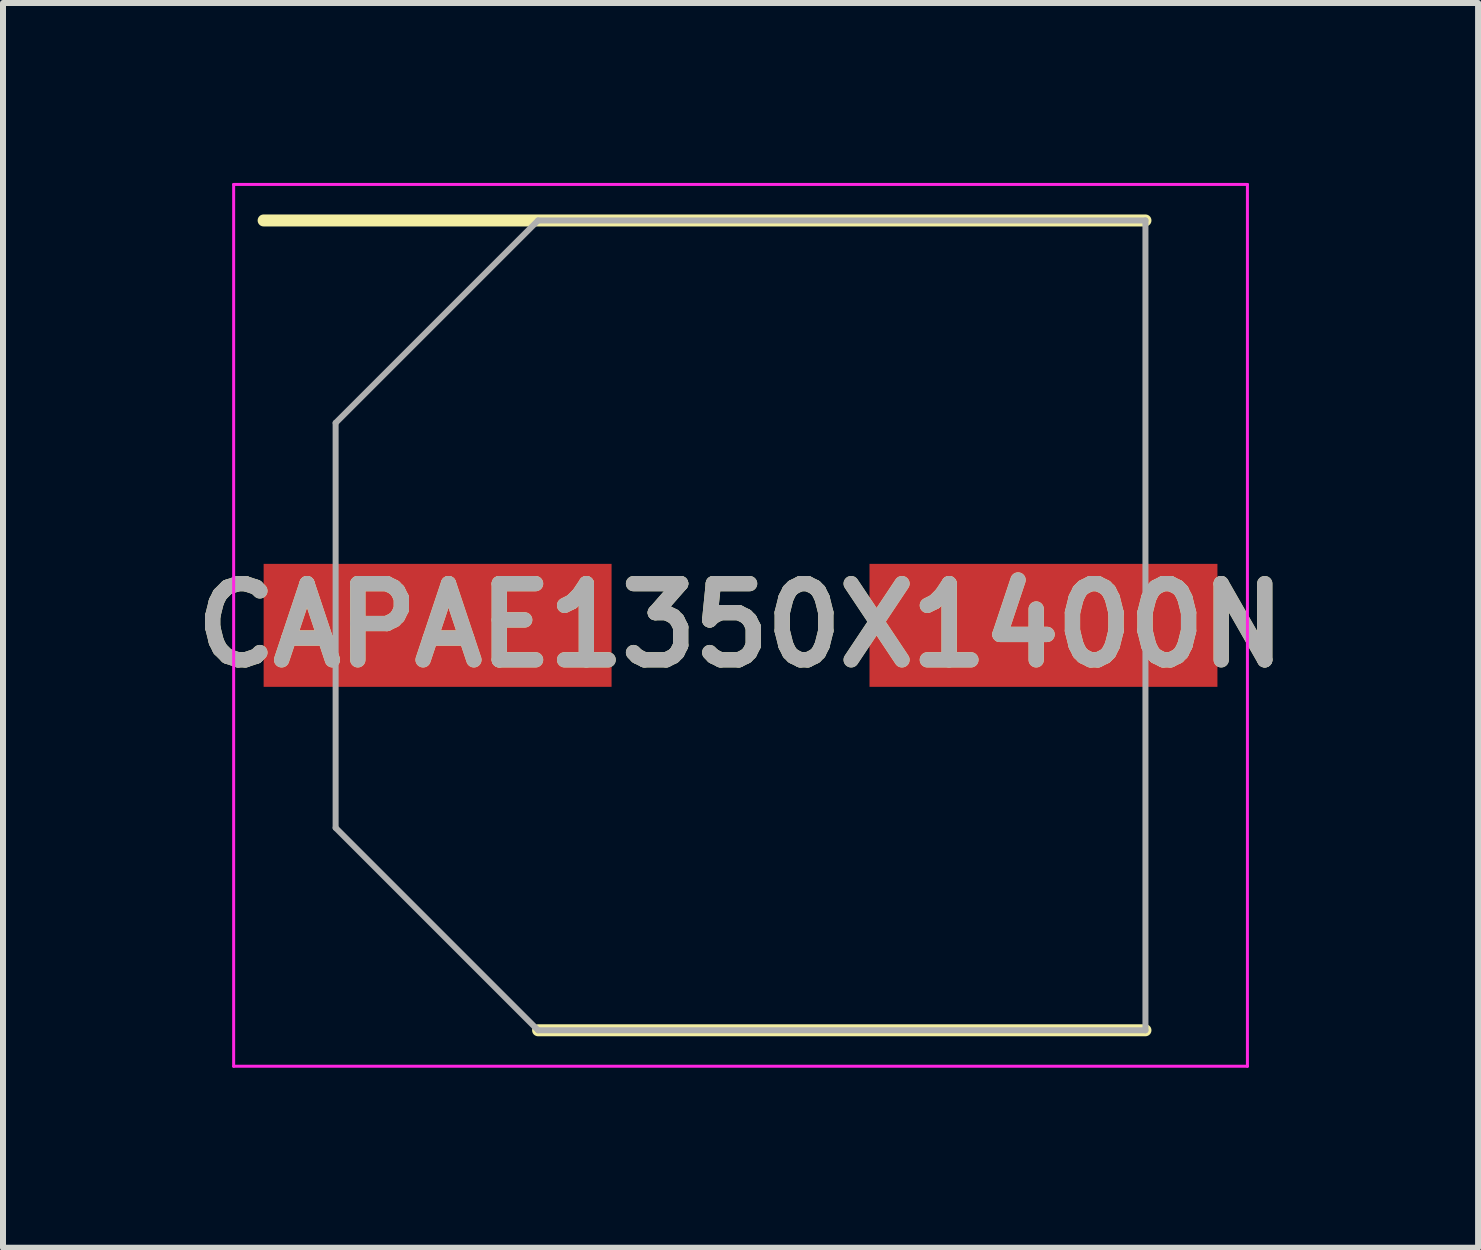
<source format=kicad_pcb>
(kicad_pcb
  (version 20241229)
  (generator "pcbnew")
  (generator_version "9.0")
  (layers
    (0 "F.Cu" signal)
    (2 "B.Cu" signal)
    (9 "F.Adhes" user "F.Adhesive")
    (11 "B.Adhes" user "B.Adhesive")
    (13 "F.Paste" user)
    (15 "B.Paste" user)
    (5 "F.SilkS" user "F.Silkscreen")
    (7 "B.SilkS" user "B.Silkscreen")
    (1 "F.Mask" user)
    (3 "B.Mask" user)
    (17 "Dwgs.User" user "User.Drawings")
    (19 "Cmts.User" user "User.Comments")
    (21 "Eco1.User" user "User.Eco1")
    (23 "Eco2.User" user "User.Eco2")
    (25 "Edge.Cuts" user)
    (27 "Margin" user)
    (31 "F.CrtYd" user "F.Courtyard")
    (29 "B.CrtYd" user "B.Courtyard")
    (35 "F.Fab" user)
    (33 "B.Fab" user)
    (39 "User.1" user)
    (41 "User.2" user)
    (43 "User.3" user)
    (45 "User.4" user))
  (footprint "CAPAE1350X1400N"
    (layer "F.Cu")
    (at 9.295 7.375)
    (property "Reference" "CAPAE1350X1400N" (at 0 0 0) (layer "F.SilkS") (effects (font (size 1.27 1.27) (thickness 0.254))))
    (attr smd)
    (fp_line (start -7.95 -6.75) (end 6.75 -6.75) (stroke (width 0.2) (type solid)) (layer "F.SilkS"))
    (fp_line (start -3.375 6.75) (end 6.75 6.75) (stroke (width 0.2) (type solid)) (layer "F.SilkS"))
    (fp_line (start -8.45 -7.35) (end 8.45 -7.35) (stroke (width 0.05) (type solid)) (layer "F.CrtYd"))
    (fp_line (start -8.45 7.35) (end -8.45 -7.35) (stroke (width 0.05) (type solid)) (layer "F.CrtYd"))
    (fp_line (start 8.45 -7.35) (end 8.45 7.35) (stroke (width 0.05) (type solid)) (layer "F.CrtYd"))
    (fp_line (start 8.45 7.35) (end -8.45 7.35) (stroke (width 0.05) (type solid)) (layer "F.CrtYd"))
    (fp_line (start -6.75 -3.375) (end -6.75 3.375) (stroke (width 0.1) (type solid)) (layer "F.Fab"))
    (fp_line (start -6.75 3.375) (end -3.375 6.75) (stroke (width 0.1) (type solid)) (layer "F.Fab"))
    (fp_line (start -3.375 -6.75) (end -6.75 -3.375) (stroke (width 0.1) (type solid)) (layer "F.Fab"))
    (fp_line (start -3.375 6.75) (end 6.75 6.75) (stroke (width 0.1) (type solid)) (layer "F.Fab"))
    (fp_line (start 6.75 -6.75) (end -3.375 -6.75) (stroke (width 0.1) (type solid)) (layer "F.Fab"))
    (fp_line (start 6.75 6.75) (end 6.75 -6.75) (stroke (width 0.1) (type solid)) (layer "F.Fab"))
    (fp_text user "${REFERENCE}" (at 0 0 0) (layer "F.Fab") (effects (font (size 1.27 1.27) (thickness 0.254))))
    (pad "1" smd rect (at -5.05 0 90) (size 2.05 5.8) (layers "F.Cu" "F.Mask" "F.Paste"))
    (pad "2" smd rect (at 5.05 0 90) (size 2.05 5.8) (layers "F.Cu" "F.Mask" "F.Paste")))
  (gr_rect
    (start -3 -3)
    (end 21.59 17.75)
    (stroke (width 0.1) (type default))
    (fill no)
    (layer "Edge.Cuts")))
</source>
